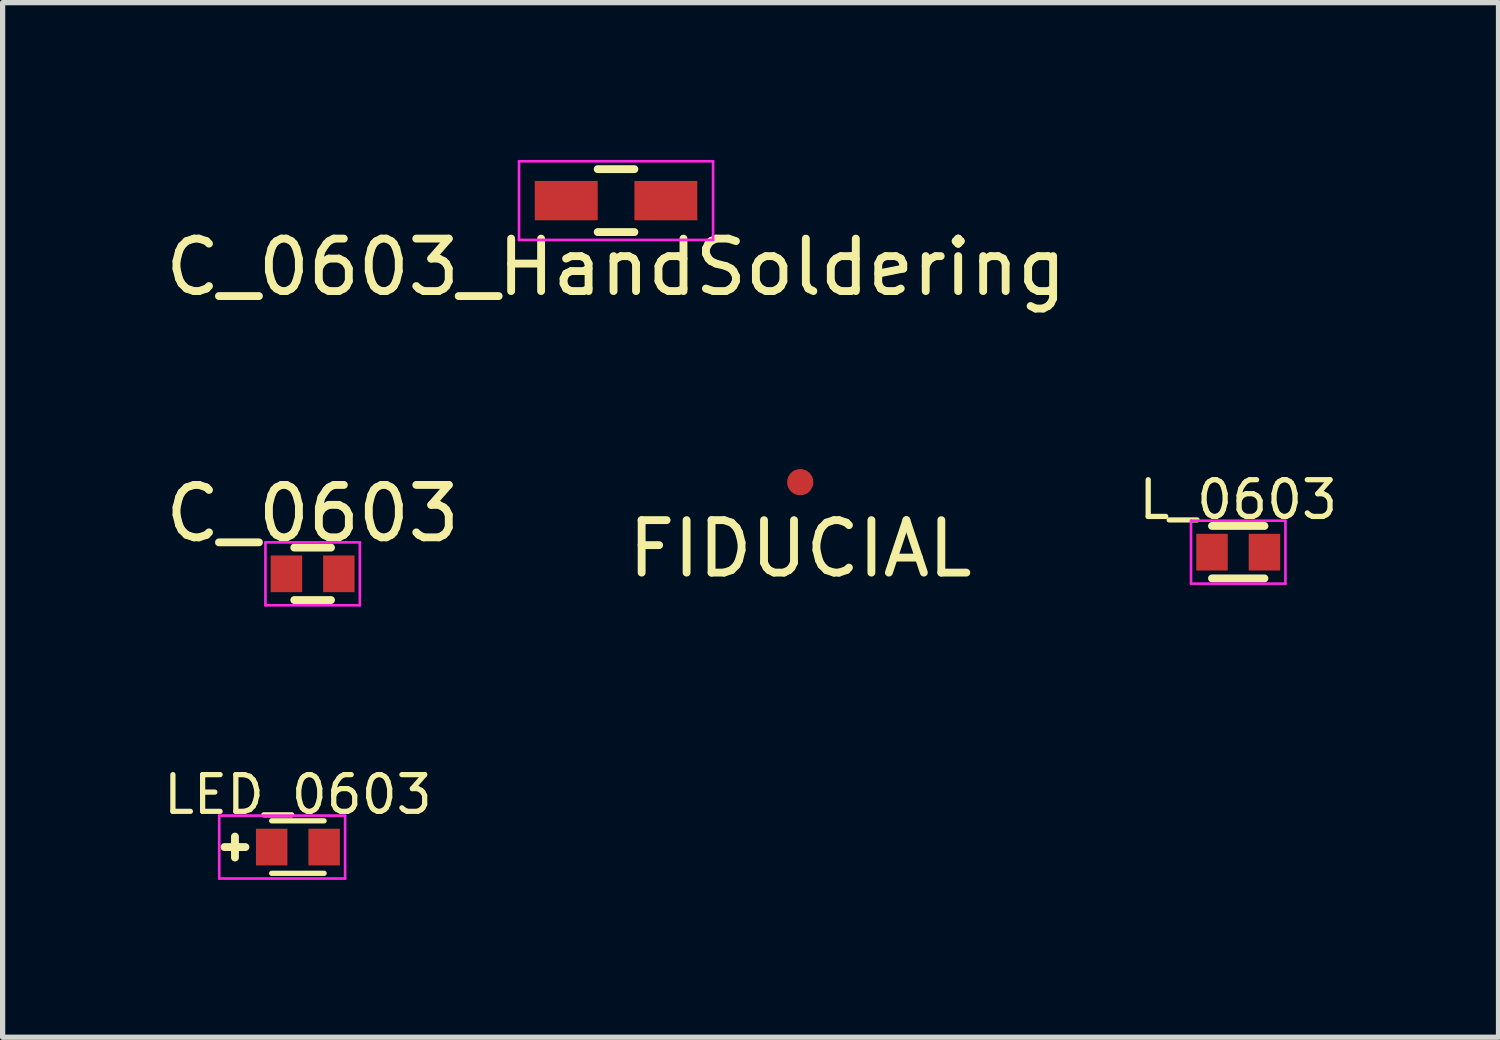
<source format=kicad_pcb>
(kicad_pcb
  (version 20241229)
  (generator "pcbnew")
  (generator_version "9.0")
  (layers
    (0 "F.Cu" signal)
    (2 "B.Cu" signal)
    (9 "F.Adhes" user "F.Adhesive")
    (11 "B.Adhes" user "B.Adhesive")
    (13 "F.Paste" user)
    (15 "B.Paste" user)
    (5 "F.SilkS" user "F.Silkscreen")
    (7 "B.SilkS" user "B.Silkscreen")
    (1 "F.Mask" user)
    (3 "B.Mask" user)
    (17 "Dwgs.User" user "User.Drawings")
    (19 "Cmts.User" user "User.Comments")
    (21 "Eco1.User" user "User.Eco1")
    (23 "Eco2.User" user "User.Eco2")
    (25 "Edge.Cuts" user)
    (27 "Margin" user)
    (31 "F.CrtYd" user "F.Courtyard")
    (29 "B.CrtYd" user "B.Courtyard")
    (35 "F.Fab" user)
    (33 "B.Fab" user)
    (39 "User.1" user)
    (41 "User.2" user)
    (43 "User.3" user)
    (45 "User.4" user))
  (footprint "C_0603_HandSoldering"
    (layer "F.Cu")
    (at 8.696 0.775)
    (property "Reference" "C_0603_HandSoldering" (at 0 1.27 0) (layer "F.SilkS") (effects (font (size 1 1) (thickness 0.15))))
    (attr smd)
    (fp_line (start -0.35 -0.6) (end 0.35 -0.6) (stroke (width 0.15) (type solid)) (layer "F.SilkS"))
    (fp_line (start 0.35 0.6) (end -0.35 0.6) (stroke (width 0.15) (type solid)) (layer "F.SilkS"))
    (fp_line (start -1.85 -0.75) (end -1.85 0.75) (stroke (width 0.05) (type solid)) (layer "F.CrtYd"))
    (fp_line (start -1.85 -0.75) (end 1.85 -0.75) (stroke (width 0.05) (type solid)) (layer "F.CrtYd"))
    (fp_line (start -1.85 0.75) (end 1.85 0.75) (stroke (width 0.05) (type solid)) (layer "F.CrtYd"))
    (fp_line (start 1.85 -0.75) (end 1.85 0.75) (stroke (width 0.05) (type solid)) (layer "F.CrtYd"))
    (pad "1" smd rect (at -0.95 0) (size 1.2 0.75) (layers "F.Cu" "F.Mask" "F.Paste"))
    (pad "2" smd rect (at 0.95 0) (size 1.2 0.75) (layers "F.Cu" "F.Mask" "F.Paste")))
  (footprint "FIDUCIAL"
    (layer "F.Cu")
    (at 12.208 6.143)
    (property "Reference" "FIDUCIAL" (at 0 1.27 0) (layer "F.SilkS") (effects (font (size 1 1) (thickness 0.15))))
    (attr through_hole)
    (pad "1" smd circle (at 0 0) (size 0.5 0.5) (layers "F.Cu" "F.Mask" "F.Paste")))
  (footprint "L_0603"
    (layer "F.Cu")
    (at 20.559 7.478)
    (property "Reference" "L_0603" (at 0 -1 0) (layer "F.SilkS") (effects (font (size 0.7 0.7) (thickness 0.1))))
    (attr smd)
    (fp_line (start -0.5 -0.5) (end 0.5 -0.5) (stroke (width 0.15) (type solid)) (layer "F.SilkS"))
    (fp_line (start 0.5 0.5) (end -0.5 0.5) (stroke (width 0.15) (type solid)) (layer "F.SilkS"))
    (fp_line (start -0.9 -0.6) (end -0.9 0.6) (stroke (width 0.05) (type solid)) (layer "F.CrtYd"))
    (fp_line (start -0.9 -0.6) (end 0.9 -0.6) (stroke (width 0.05) (type solid)) (layer "F.CrtYd"))
    (fp_line (start -0.9 0.6) (end 0.9 0.6) (stroke (width 0.05) (type solid)) (layer "F.CrtYd"))
    (fp_line (start 0.9 -0.6) (end 0.9 0.6) (stroke (width 0.05) (type solid)) (layer "F.CrtYd"))
    (pad "1" smd rect (at -0.5 0) (size 0.6 0.7) (layers "F.Cu" "F.Mask" "F.Paste"))
    (pad "2" smd rect (at 0.5 0) (size 0.6 0.7) (layers "F.Cu" "F.Mask" "F.Paste")))
  (footprint "LED_0603"
    (layer "F.Cu")
    (at 2.63 13.101)
    (property "Reference" "LED_0603" (at 0 -1 0) (layer "F.SilkS") (effects (font (size 0.7 0.7) (thickness 0.1))))
    (attr smd)
    (fp_line (start -1.2 -0.2) (end -1.2 0.2) (stroke (width 0.15) (type solid)) (layer "F.SilkS"))
    (fp_line (start -1.2 0) (end -1.4 0) (stroke (width 0.15) (type solid)) (layer "F.SilkS"))
    (fp_line (start -1.2 0) (end -1 0) (stroke (width 0.15) (type solid)) (layer "F.SilkS"))
    (fp_line (start -0.5 0.5) (end 0.5 0.5) (stroke (width 0.1) (type solid)) (layer "F.SilkS"))
    (fp_line (start 0.5 -0.5) (end -0.5 -0.5) (stroke (width 0.1) (type solid)) (layer "F.SilkS"))
    (fp_line (start -1.5 -0.6) (end -1.5 0.6) (stroke (width 0.05) (type solid)) (layer "F.CrtYd"))
    (fp_line (start -1.5 -0.6) (end 0.9 -0.6) (stroke (width 0.05) (type solid)) (layer "F.CrtYd"))
    (fp_line (start -1.5 0.6) (end 0.9 0.6) (stroke (width 0.05) (type solid)) (layer "F.CrtYd"))
    (fp_line (start 0.9 -0.6) (end 0.9 0.6) (stroke (width 0.05) (type solid)) (layer "F.CrtYd"))
    (pad "1" smd rect (at -0.5 0) (size 0.6 0.7) (layers "F.Cu" "F.Mask" "F.Paste"))
    (pad "2" smd rect (at 0.5 0) (size 0.6 0.7) (layers "F.Cu" "F.Mask" "F.Paste")))
  (footprint "C_0603"
    (layer "F.Cu")
    (at 2.911 7.891)
    (property "Reference" "C_0603" (at 0 -1.15 0) (layer "F.SilkS") (effects (font (size 1 1) (thickness 0.15))))
    (attr smd)
    (fp_line (start -0.35 -0.5) (end 0.35 -0.5) (stroke (width 0.15) (type solid)) (layer "F.SilkS"))
    (fp_line (start 0.35 0.5) (end -0.35 0.5) (stroke (width 0.15) (type solid)) (layer "F.SilkS"))
    (fp_line (start -0.9 -0.6) (end -0.9 0.6) (stroke (width 0.05) (type solid)) (layer "F.CrtYd"))
    (fp_line (start -0.9 -0.6) (end 0.9 -0.6) (stroke (width 0.05) (type solid)) (layer "F.CrtYd"))
    (fp_line (start -0.9 0.6) (end 0.9 0.6) (stroke (width 0.05) (type solid)) (layer "F.CrtYd"))
    (fp_line (start 0.9 -0.6) (end 0.9 0.6) (stroke (width 0.05) (type solid)) (layer "F.CrtYd"))
    (pad "1" smd rect (at -0.5 0) (size 0.6 0.7) (layers "F.Cu" "F.Mask" "F.Paste"))
    (pad "2" smd rect (at 0.5 0) (size 0.6 0.7) (layers "F.Cu" "F.Mask" "F.Paste")))
  (gr_rect
    (start -3 -3)
    (end 25.522 16.727)
    (stroke (width 0.1) (type default))
    (fill no)
    (layer "Edge.Cuts")))
</source>
